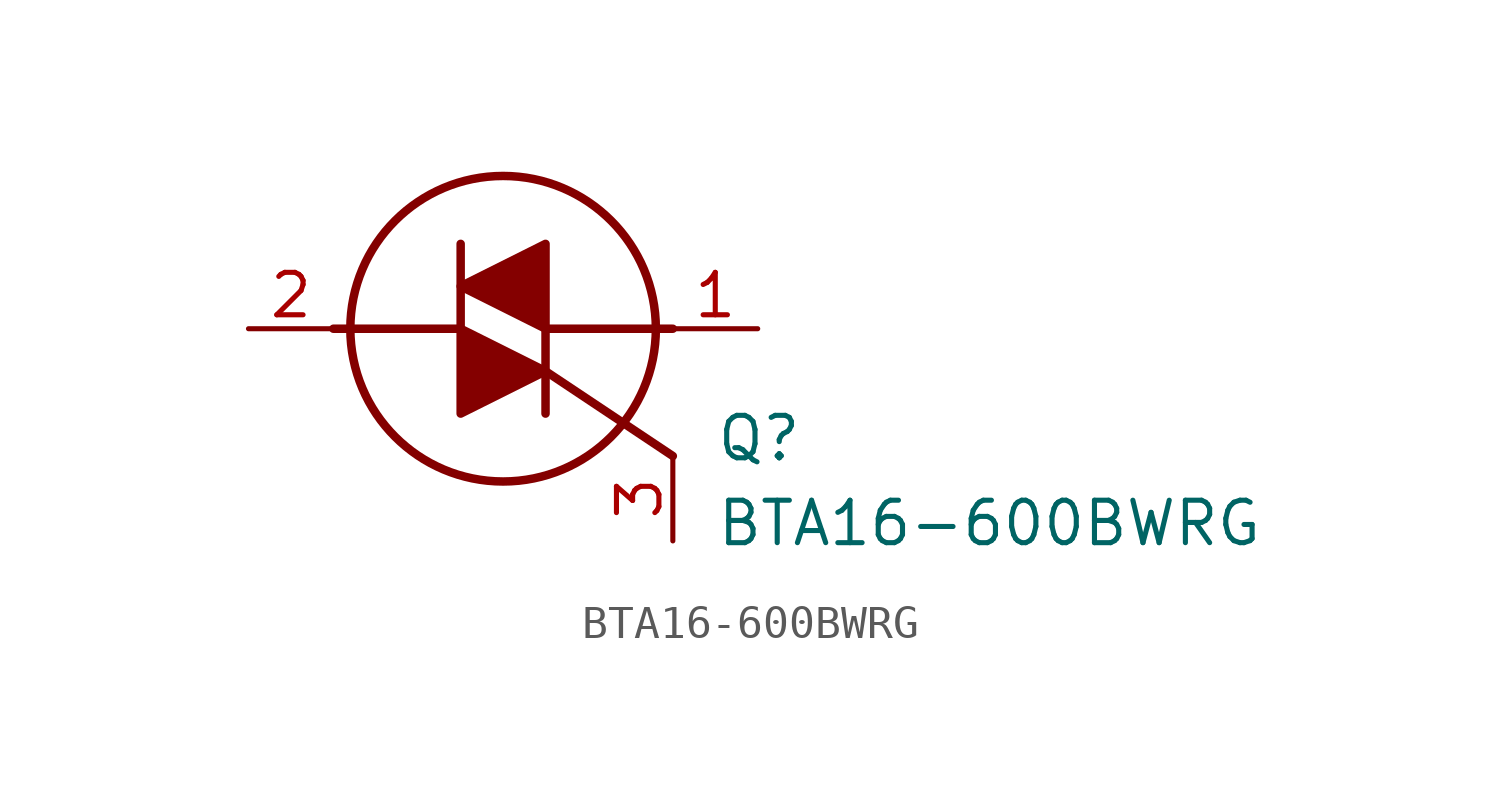
<source format=kicad_sym>
(kicad_symbol_lib
  (version 20211014)
  (generator SamacSys_ECAD_Model)
  (symbol "BTA16-600BWRG"
    (pin_names hide)
    (property "Reference" "Q"
      (at 13.97 -2.54 0)
      (effects (font (size 1.27 1.27)) (justify left top)))
    (property "Value" "BTA16-600BWRG"
      (at 13.97 -5.08 0)
      (effects (font (size 1.27 1.27)) (justify left top)))
    (polyline
      (pts (xy 8.89 0) (xy 8.89 -2.54))
      (stroke (width 0.254) (type default))
      (fill (type none)))
    (polyline
      (pts (xy 6.35 0) (xy 6.35 2.54))
      (stroke (width 0.254) (type default))
      (fill (type none)))
    (polyline
      (pts (xy 8.89 0) (xy 12.7 0))
      (stroke (width 0.254) (type default))
      (fill (type none)))
    (polyline
      (pts (xy 6.35 0) (xy 2.54 0))
      (stroke (width 0.254) (type default))
      (fill (type none)))
    (polyline
      (pts (xy 8.89 -1.27) (xy 12.7 -3.81))
      (stroke (width 0.254) (type default))
      (fill (type none)))
    (circle
      (center 7.62 0)
      (radius 4.572)
      (stroke (width 0.254) (type default))
      (fill (type none)))
    (polyline
      (pts (xy 8.89 2.54) (xy 8.89 0) (xy 6.35 1.27) (xy 8.89 2.54))
      (stroke (width 0.254) (type default))
      (fill (type outline)))
    (polyline
      (pts (xy 6.35 -2.54) (xy 6.35 0) (xy 8.89 -1.27) (xy 6.35 -2.54))
      (stroke (width 0.254) (type default))
      (fill (type outline)))
    (pin passive line
      (at 15.24 0 180)
      (length 2.54)
      (name "A1" (effects (font (size 1.27 1.27))))
      (number "1" (effects (font (size 1.27 1.27)))))
    (pin passive line
      (at 0 0 0)
      (length 2.54)
      (name "A2" (effects (font (size 1.27 1.27))))
      (number "2" (effects (font (size 1.27 1.27)))))
    (pin passive line
      (at 12.7 -6.35 90)
      (length 2.54)
      (name "G" (effects (font (size 1.27 1.27))))
      (number "3" (effects (font (size 1.27 1.27)))))))
</source>
